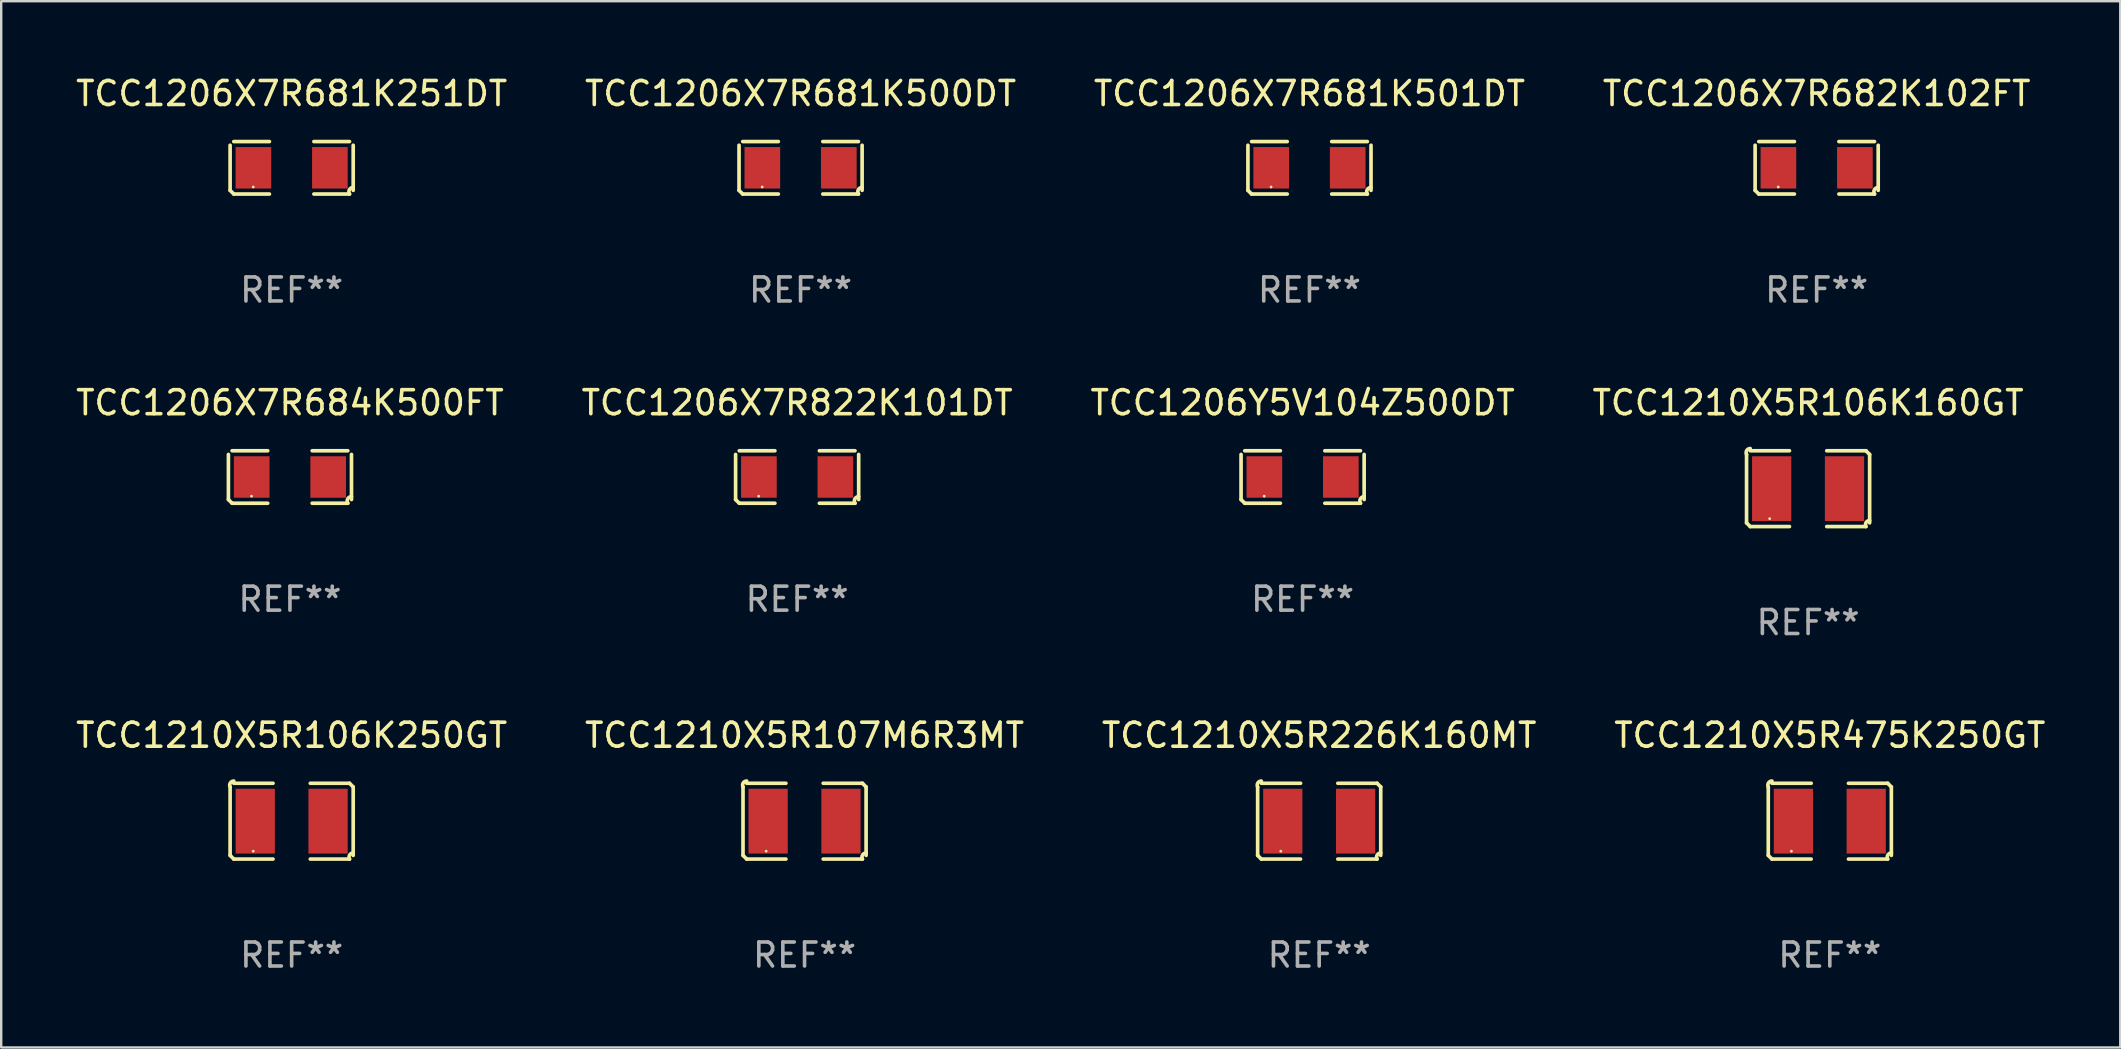
<source format=kicad_pcb>
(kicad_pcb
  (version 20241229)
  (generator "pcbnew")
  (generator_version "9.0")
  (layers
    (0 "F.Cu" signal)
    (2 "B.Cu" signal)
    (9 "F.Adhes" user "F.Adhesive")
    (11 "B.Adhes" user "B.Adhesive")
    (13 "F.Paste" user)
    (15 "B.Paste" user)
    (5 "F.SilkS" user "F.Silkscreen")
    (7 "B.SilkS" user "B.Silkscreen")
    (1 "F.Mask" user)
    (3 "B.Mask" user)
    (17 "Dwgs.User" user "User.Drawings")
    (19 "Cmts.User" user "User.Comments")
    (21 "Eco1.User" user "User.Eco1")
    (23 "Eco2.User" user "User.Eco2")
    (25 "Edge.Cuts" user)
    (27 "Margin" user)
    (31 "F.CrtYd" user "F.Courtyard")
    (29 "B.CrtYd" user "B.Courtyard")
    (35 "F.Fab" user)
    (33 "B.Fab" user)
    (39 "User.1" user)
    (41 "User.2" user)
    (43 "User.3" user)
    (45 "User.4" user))
  (footprint "TCC1206X7R822K101DT"
    (layer "F.Cu")
    (at 30.161 16.823)
    (property "Reference" "TCC1206X7R822K101DT" (at 0 -3.093 0) (layer "F.SilkS") (effects (font (size 1 1) (thickness 0.15))))
    (attr through_hole)
    (fp_line (start -2.564 0.94) (end -2.564 -0.94) (stroke (width 0.152) (type solid)) (layer "F.SilkS"))
    (fp_line (start -2.411 -1.093) (end -0.926 -1.093) (stroke (width 0.152) (type solid)) (layer "F.SilkS"))
    (fp_line (start -0.926 1.093) (end -2.411 1.093) (stroke (width 0.152) (type solid)) (layer "F.SilkS"))
    (fp_line (start 0.926 1.093) (end 2.411 1.093) (stroke (width 0.152) (type solid)) (layer "F.SilkS"))
    (fp_line (start 2.411 -1.093) (end 0.926 -1.093) (stroke (width 0.152) (type solid)) (layer "F.SilkS"))
    (fp_line (start 2.564 0.94) (end 2.564 -0.94) (stroke (width 0.152) (type solid)) (layer "F.SilkS"))
    (fp_arc (start -2.411201 1.092609) (mid -2.487413 1.01642) (end -2.563602 0.940208) (stroke (width 0.1524) (type solid)) (layer "F.SilkS"))
    (fp_arc (start 2.411201 1.092609) (mid 2.407159 0.911226) (end 2.563602 0.819347) (stroke (width 0.1524) (type solid)) (layer "F.SilkS"))
    (fp_circle (center -1.6 0.8) (end -1.57 0.8) (stroke (width 0.06) (type solid)) (fill no) (layer "F.SilkS"))
    (fp_text user "REF**" (at 0 5.093 0) (layer "F.Fab") (effects (font (size 1 1) (thickness 0.15))))
    (pad "1" smd rect (at -1.593 0) (size 1.485 1.728) (layers "F.Cu" "F.Mask" "F.Paste"))
    (pad "2" smd rect (at 1.593 0) (size 1.485 1.728) (layers "F.Cu" "F.Mask" "F.Paste")))
  (footprint "TCC1206X7R681K500DT"
    (layer "F.Cu")
    (at 30.304 3.941)
    (property "Reference" "TCC1206X7R681K500DT" (at 0 -3.093 0) (layer "F.SilkS") (effects (font (size 1 1) (thickness 0.15))))
    (attr through_hole)
    (fp_line (start -2.564 0.94) (end -2.564 -0.94) (stroke (width 0.152) (type solid)) (layer "F.SilkS"))
    (fp_line (start -2.411 -1.093) (end -0.926 -1.093) (stroke (width 0.152) (type solid)) (layer "F.SilkS"))
    (fp_line (start -0.926 1.093) (end -2.411 1.093) (stroke (width 0.152) (type solid)) (layer "F.SilkS"))
    (fp_line (start 0.926 1.093) (end 2.411 1.093) (stroke (width 0.152) (type solid)) (layer "F.SilkS"))
    (fp_line (start 2.411 -1.093) (end 0.926 -1.093) (stroke (width 0.152) (type solid)) (layer "F.SilkS"))
    (fp_line (start 2.564 0.94) (end 2.564 -0.94) (stroke (width 0.152) (type solid)) (layer "F.SilkS"))
    (fp_arc (start -2.411201 1.092609) (mid -2.487413 1.01642) (end -2.563602 0.940208) (stroke (width 0.1524) (type solid)) (layer "F.SilkS"))
    (fp_arc (start 2.411201 1.092609) (mid 2.407159 0.911226) (end 2.563602 0.819347) (stroke (width 0.1524) (type solid)) (layer "F.SilkS"))
    (fp_circle (center -1.6 0.8) (end -1.57 0.8) (stroke (width 0.06) (type solid)) (fill no) (layer "F.SilkS"))
    (fp_text user "REF**" (at 0 5.093 0) (layer "F.Fab") (effects (font (size 1 1) (thickness 0.15))))
    (pad "1" smd rect (at -1.593 0) (size 1.485 1.728) (layers "F.Cu" "F.Mask" "F.Paste"))
    (pad "2" smd rect (at 1.593 0) (size 1.485 1.728) (layers "F.Cu" "F.Mask" "F.Paste")))
  (footprint "TCC1210X5R226K160MT"
    (layer "F.Cu")
    (at 51.911 31.162)
    (property "Reference" "TCC1210X5R226K160MT" (at 0 -3.579 0) (layer "F.SilkS") (effects (font (size 1 1) (thickness 0.15))))
    (attr through_hole)
    (fp_line (start -2.564 1.426) (end -2.564 -1.426) (stroke (width 0.152) (type solid)) (layer "F.SilkS"))
    (fp_line (start -2.411 -1.579) (end -0.776 -1.579) (stroke (width 0.152) (type solid)) (layer "F.SilkS"))
    (fp_line (start -0.776 1.579) (end -2.411 1.579) (stroke (width 0.152) (type solid)) (layer "F.SilkS"))
    (fp_line (start 0.776 1.579) (end 2.411 1.579) (stroke (width 0.152) (type solid)) (layer "F.SilkS"))
    (fp_line (start 2.411 -1.579) (end 0.776 -1.579) (stroke (width 0.152) (type solid)) (layer "F.SilkS"))
    (fp_line (start 2.564 1.426) (end 2.564 -1.426) (stroke (width 0.152) (type solid)) (layer "F.SilkS"))
    (fp_arc (start -2.563602 -1.426213) (mid -2.555597 -1.591233) (end -2.411201 -1.671518) (stroke (width 0.1524) (type solid)) (layer "F.SilkS"))
    (fp_arc (start -2.5636 1.426214) (mid -2.487389 1.502402) (end -2.411201 1.578613) (stroke (width 0.1524) (type solid)) (layer "F.SilkS"))
    (fp_arc (start 2.411197 -1.578618) (mid 2.487403 -1.502419) (end 2.563602 -1.426213) (stroke (width 0.1524) (type solid)) (layer "F.SilkS"))
    (fp_arc (start 2.411201 1.578613) (mid 2.416214 1.409455) (end 2.563602 1.32629) (stroke (width 0.1524) (type solid)) (layer "F.SilkS"))
    (fp_circle (center -1.6 1.25) (end -1.57 1.25) (stroke (width 0.06) (type solid)) (fill no) (layer "F.SilkS"))
    (fp_text user "REF**" (at 0 5.579 0) (layer "F.Fab") (effects (font (size 1 1) (thickness 0.15))))
    (pad "1" smd rect (at -1.517 0) (size 1.635 2.7) (layers "F.Cu" "F.Mask" "F.Paste"))
    (pad "2" smd rect (at 1.517 0) (size 1.635 2.7) (layers "F.Cu" "F.Mask" "F.Paste")))
  (footprint "TCC1210X5R106K160GT"
    (layer "F.Cu")
    (at 72.28 17.309)
    (property "Reference" "TCC1210X5R106K160GT" (at 0 -3.579 0) (layer "F.SilkS") (effects (font (size 1 1) (thickness 0.15))))
    (attr through_hole)
    (fp_line (start -2.564 1.426) (end -2.564 -1.426) (stroke (width 0.152) (type solid)) (layer "F.SilkS"))
    (fp_line (start -2.411 -1.579) (end -0.776 -1.579) (stroke (width 0.152) (type solid)) (layer "F.SilkS"))
    (fp_line (start -0.776 1.579) (end -2.411 1.579) (stroke (width 0.152) (type solid)) (layer "F.SilkS"))
    (fp_line (start 0.776 1.579) (end 2.411 1.579) (stroke (width 0.152) (type solid)) (layer "F.SilkS"))
    (fp_line (start 2.411 -1.579) (end 0.776 -1.579) (stroke (width 0.152) (type solid)) (layer "F.SilkS"))
    (fp_line (start 2.564 1.426) (end 2.564 -1.426) (stroke (width 0.152) (type solid)) (layer "F.SilkS"))
    (fp_arc (start -2.563602 -1.426213) (mid -2.555597 -1.591233) (end -2.411201 -1.671518) (stroke (width 0.1524) (type solid)) (layer "F.SilkS"))
    (fp_arc (start -2.5636 1.426214) (mid -2.487389 1.502402) (end -2.411201 1.578613) (stroke (width 0.1524) (type solid)) (layer "F.SilkS"))
    (fp_arc (start 2.411197 -1.578618) (mid 2.487403 -1.502419) (end 2.563602 -1.426213) (stroke (width 0.1524) (type solid)) (layer "F.SilkS"))
    (fp_arc (start 2.411201 1.578613) (mid 2.416214 1.409455) (end 2.563602 1.32629) (stroke (width 0.1524) (type solid)) (layer "F.SilkS"))
    (fp_circle (center -1.6 1.25) (end -1.57 1.25) (stroke (width 0.06) (type solid)) (fill no) (layer "F.SilkS"))
    (fp_text user "REF**" (at 0 5.579 0) (layer "F.Fab") (effects (font (size 1 1) (thickness 0.15))))
    (pad "1" smd rect (at -1.517 0) (size 1.635 2.7) (layers "F.Cu" "F.Mask" "F.Paste"))
    (pad "2" smd rect (at 1.517 0) (size 1.635 2.7) (layers "F.Cu" "F.Mask" "F.Paste")))
  (footprint "TCC1206X7R681K501DT"
    (layer "F.Cu")
    (at 51.506 3.941)
    (property "Reference" "TCC1206X7R681K501DT" (at 0 -3.093 0) (layer "F.SilkS") (effects (font (size 1 1) (thickness 0.15))))
    (attr through_hole)
    (fp_line (start -2.564 0.94) (end -2.564 -0.94) (stroke (width 0.152) (type solid)) (layer "F.SilkS"))
    (fp_line (start -2.411 -1.093) (end -0.926 -1.093) (stroke (width 0.152) (type solid)) (layer "F.SilkS"))
    (fp_line (start -0.926 1.093) (end -2.411 1.093) (stroke (width 0.152) (type solid)) (layer "F.SilkS"))
    (fp_line (start 0.926 1.093) (end 2.411 1.093) (stroke (width 0.152) (type solid)) (layer "F.SilkS"))
    (fp_line (start 2.411 -1.093) (end 0.926 -1.093) (stroke (width 0.152) (type solid)) (layer "F.SilkS"))
    (fp_line (start 2.564 0.94) (end 2.564 -0.94) (stroke (width 0.152) (type solid)) (layer "F.SilkS"))
    (fp_arc (start -2.411201 1.092609) (mid -2.487413 1.01642) (end -2.563602 0.940208) (stroke (width 0.1524) (type solid)) (layer "F.SilkS"))
    (fp_arc (start 2.411201 1.092609) (mid 2.407159 0.911226) (end 2.563602 0.819347) (stroke (width 0.1524) (type solid)) (layer "F.SilkS"))
    (fp_circle (center -1.6 0.8) (end -1.57 0.8) (stroke (width 0.06) (type solid)) (fill no) (layer "F.SilkS"))
    (fp_text user "REF**" (at 0 5.093 0) (layer "F.Fab") (effects (font (size 1 1) (thickness 0.15))))
    (pad "1" smd rect (at -1.593 0) (size 1.485 1.728) (layers "F.Cu" "F.Mask" "F.Paste"))
    (pad "2" smd rect (at 1.593 0) (size 1.485 1.728) (layers "F.Cu" "F.Mask" "F.Paste")))
  (footprint "TCC1210X5R107M6R3MT"
    (layer "F.Cu")
    (at 30.47 31.162)
    (property "Reference" "TCC1210X5R107M6R3MT" (at 0 -3.579 0) (layer "F.SilkS") (effects (font (size 1 1) (thickness 0.15))))
    (attr through_hole)
    (fp_line (start -2.564 1.426) (end -2.564 -1.426) (stroke (width 0.152) (type solid)) (layer "F.SilkS"))
    (fp_line (start -2.411 -1.579) (end -0.776 -1.579) (stroke (width 0.152) (type solid)) (layer "F.SilkS"))
    (fp_line (start -0.776 1.579) (end -2.411 1.579) (stroke (width 0.152) (type solid)) (layer "F.SilkS"))
    (fp_line (start 0.776 1.579) (end 2.411 1.579) (stroke (width 0.152) (type solid)) (layer "F.SilkS"))
    (fp_line (start 2.411 -1.579) (end 0.776 -1.579) (stroke (width 0.152) (type solid)) (layer "F.SilkS"))
    (fp_line (start 2.564 1.426) (end 2.564 -1.426) (stroke (width 0.152) (type solid)) (layer "F.SilkS"))
    (fp_arc (start -2.563602 -1.426213) (mid -2.555597 -1.591233) (end -2.411201 -1.671518) (stroke (width 0.1524) (type solid)) (layer "F.SilkS"))
    (fp_arc (start -2.5636 1.426214) (mid -2.487389 1.502402) (end -2.411201 1.578613) (stroke (width 0.1524) (type solid)) (layer "F.SilkS"))
    (fp_arc (start 2.411197 -1.578618) (mid 2.487403 -1.502419) (end 2.563602 -1.426213) (stroke (width 0.1524) (type solid)) (layer "F.SilkS"))
    (fp_arc (start 2.411201 1.578613) (mid 2.416214 1.409455) (end 2.563602 1.32629) (stroke (width 0.1524) (type solid)) (layer "F.SilkS"))
    (fp_circle (center -1.6 1.25) (end -1.57 1.25) (stroke (width 0.06) (type solid)) (fill no) (layer "F.SilkS"))
    (fp_text user "REF**" (at 0 5.579 0) (layer "F.Fab") (effects (font (size 1 1) (thickness 0.15))))
    (pad "1" smd rect (at -1.517 0) (size 1.635 2.7) (layers "F.Cu" "F.Mask" "F.Paste"))
    (pad "2" smd rect (at 1.517 0) (size 1.635 2.7) (layers "F.Cu" "F.Mask" "F.Paste")))
  (footprint "TCC1206X7R682K102FT"
    (layer "F.Cu")
    (at 72.637 3.941)
    (property "Reference" "TCC1206X7R682K102FT" (at 0 -3.093 0) (layer "F.SilkS") (effects (font (size 1 1) (thickness 0.15))))
    (attr through_hole)
    (fp_line (start -2.564 0.94) (end -2.564 -0.94) (stroke (width 0.152) (type solid)) (layer "F.SilkS"))
    (fp_line (start -2.411 -1.093) (end -0.926 -1.093) (stroke (width 0.152) (type solid)) (layer "F.SilkS"))
    (fp_line (start -0.926 1.093) (end -2.411 1.093) (stroke (width 0.152) (type solid)) (layer "F.SilkS"))
    (fp_line (start 0.926 1.093) (end 2.411 1.093) (stroke (width 0.152) (type solid)) (layer "F.SilkS"))
    (fp_line (start 2.411 -1.093) (end 0.926 -1.093) (stroke (width 0.152) (type solid)) (layer "F.SilkS"))
    (fp_line (start 2.564 0.94) (end 2.564 -0.94) (stroke (width 0.152) (type solid)) (layer "F.SilkS"))
    (fp_arc (start -2.411201 1.092609) (mid -2.487413 1.01642) (end -2.563602 0.940208) (stroke (width 0.1524) (type solid)) (layer "F.SilkS"))
    (fp_arc (start 2.411201 1.092609) (mid 2.407159 0.911226) (end 2.563602 0.819347) (stroke (width 0.1524) (type solid)) (layer "F.SilkS"))
    (fp_circle (center -1.6 0.8) (end -1.57 0.8) (stroke (width 0.06) (type solid)) (fill no) (layer "F.SilkS"))
    (fp_text user "REF**" (at 0 5.093 0) (layer "F.Fab") (effects (font (size 1 1) (thickness 0.15))))
    (pad "1" smd rect (at -1.593 0) (size 1.485 1.728) (layers "F.Cu" "F.Mask" "F.Paste"))
    (pad "2" smd rect (at 1.593 0) (size 1.485 1.728) (layers "F.Cu" "F.Mask" "F.Paste")))
  (footprint "TCC1210X5R475K250GT"
    (layer "F.Cu")
    (at 73.185 31.162)
    (property "Reference" "TCC1210X5R475K250GT" (at 0 -3.579 0) (layer "F.SilkS") (effects (font (size 1 1) (thickness 0.15))))
    (attr through_hole)
    (fp_line (start -2.564 1.426) (end -2.564 -1.426) (stroke (width 0.152) (type solid)) (layer "F.SilkS"))
    (fp_line (start -2.411 -1.579) (end -0.776 -1.579) (stroke (width 0.152) (type solid)) (layer "F.SilkS"))
    (fp_line (start -0.776 1.579) (end -2.411 1.579) (stroke (width 0.152) (type solid)) (layer "F.SilkS"))
    (fp_line (start 0.776 1.579) (end 2.411 1.579) (stroke (width 0.152) (type solid)) (layer "F.SilkS"))
    (fp_line (start 2.411 -1.579) (end 0.776 -1.579) (stroke (width 0.152) (type solid)) (layer "F.SilkS"))
    (fp_line (start 2.564 1.426) (end 2.564 -1.426) (stroke (width 0.152) (type solid)) (layer "F.SilkS"))
    (fp_arc (start -2.563602 -1.426213) (mid -2.555597 -1.591233) (end -2.411201 -1.671518) (stroke (width 0.1524) (type solid)) (layer "F.SilkS"))
    (fp_arc (start -2.5636 1.426214) (mid -2.487389 1.502402) (end -2.411201 1.578613) (stroke (width 0.1524) (type solid)) (layer "F.SilkS"))
    (fp_arc (start 2.411197 -1.578618) (mid 2.487403 -1.502419) (end 2.563602 -1.426213) (stroke (width 0.1524) (type solid)) (layer "F.SilkS"))
    (fp_arc (start 2.411201 1.578613) (mid 2.416214 1.409455) (end 2.563602 1.32629) (stroke (width 0.1524) (type solid)) (layer "F.SilkS"))
    (fp_circle (center -1.6 1.25) (end -1.57 1.25) (stroke (width 0.06) (type solid)) (fill no) (layer "F.SilkS"))
    (fp_text user "REF**" (at 0 5.579 0) (layer "F.Fab") (effects (font (size 1 1) (thickness 0.15))))
    (pad "1" smd rect (at -1.517 0) (size 1.635 2.7) (layers "F.Cu" "F.Mask" "F.Paste"))
    (pad "2" smd rect (at 1.517 0) (size 1.635 2.7) (layers "F.Cu" "F.Mask" "F.Paste")))
  (footprint "TCC1206Y5V104Z500DT"
    (layer "F.Cu")
    (at 51.22 16.823)
    (property "Reference" "TCC1206Y5V104Z500DT" (at 0 -3.093 0) (layer "F.SilkS") (effects (font (size 1 1) (thickness 0.15))))
    (attr through_hole)
    (fp_line (start -2.564 0.94) (end -2.564 -0.94) (stroke (width 0.152) (type solid)) (layer "F.SilkS"))
    (fp_line (start -2.411 -1.093) (end -0.926 -1.093) (stroke (width 0.152) (type solid)) (layer "F.SilkS"))
    (fp_line (start -0.926 1.093) (end -2.411 1.093) (stroke (width 0.152) (type solid)) (layer "F.SilkS"))
    (fp_line (start 0.926 1.093) (end 2.411 1.093) (stroke (width 0.152) (type solid)) (layer "F.SilkS"))
    (fp_line (start 2.411 -1.093) (end 0.926 -1.093) (stroke (width 0.152) (type solid)) (layer "F.SilkS"))
    (fp_line (start 2.564 0.94) (end 2.564 -0.94) (stroke (width 0.152) (type solid)) (layer "F.SilkS"))
    (fp_arc (start -2.411201 1.092609) (mid -2.487413 1.01642) (end -2.563602 0.940208) (stroke (width 0.1524) (type solid)) (layer "F.SilkS"))
    (fp_arc (start 2.411201 1.092609) (mid 2.407159 0.911226) (end 2.563602 0.819347) (stroke (width 0.1524) (type solid)) (layer "F.SilkS"))
    (fp_circle (center -1.6 0.8) (end -1.57 0.8) (stroke (width 0.06) (type solid)) (fill no) (layer "F.SilkS"))
    (fp_text user "REF**" (at 0 5.093 0) (layer "F.Fab") (effects (font (size 1 1) (thickness 0.15))))
    (pad "1" smd rect (at -1.593 0) (size 1.485 1.728) (layers "F.Cu" "F.Mask" "F.Paste"))
    (pad "2" smd rect (at 1.593 0) (size 1.485 1.728) (layers "F.Cu" "F.Mask" "F.Paste")))
  (footprint "TCC1210X5R106K250GT"
    (layer "F.Cu")
    (at 9.101 31.162)
    (property "Reference" "TCC1210X5R106K250GT" (at 0 -3.579 0) (layer "F.SilkS") (effects (font (size 1 1) (thickness 0.15))))
    (attr through_hole)
    (fp_line (start -2.564 1.426) (end -2.564 -1.426) (stroke (width 0.152) (type solid)) (layer "F.SilkS"))
    (fp_line (start -2.411 -1.579) (end -0.776 -1.579) (stroke (width 0.152) (type solid)) (layer "F.SilkS"))
    (fp_line (start -0.776 1.579) (end -2.411 1.579) (stroke (width 0.152) (type solid)) (layer "F.SilkS"))
    (fp_line (start 0.776 1.579) (end 2.411 1.579) (stroke (width 0.152) (type solid)) (layer "F.SilkS"))
    (fp_line (start 2.411 -1.579) (end 0.776 -1.579) (stroke (width 0.152) (type solid)) (layer "F.SilkS"))
    (fp_line (start 2.564 1.426) (end 2.564 -1.426) (stroke (width 0.152) (type solid)) (layer "F.SilkS"))
    (fp_arc (start -2.563602 -1.426213) (mid -2.555597 -1.591233) (end -2.411201 -1.671518) (stroke (width 0.1524) (type solid)) (layer "F.SilkS"))
    (fp_arc (start -2.5636 1.426214) (mid -2.487389 1.502402) (end -2.411201 1.578613) (stroke (width 0.1524) (type solid)) (layer "F.SilkS"))
    (fp_arc (start 2.411197 -1.578618) (mid 2.487403 -1.502419) (end 2.563602 -1.426213) (stroke (width 0.1524) (type solid)) (layer "F.SilkS"))
    (fp_arc (start 2.411201 1.578613) (mid 2.416214 1.409455) (end 2.563602 1.32629) (stroke (width 0.1524) (type solid)) (layer "F.SilkS"))
    (fp_circle (center -1.6 1.25) (end -1.57 1.25) (stroke (width 0.06) (type solid)) (fill no) (layer "F.SilkS"))
    (fp_text user "REF**" (at 0 5.579 0) (layer "F.Fab") (effects (font (size 1 1) (thickness 0.15))))
    (pad "1" smd rect (at -1.517 0) (size 1.635 2.7) (layers "F.Cu" "F.Mask" "F.Paste"))
    (pad "2" smd rect (at 1.517 0) (size 1.635 2.7) (layers "F.Cu" "F.Mask" "F.Paste")))
  (footprint "TCC1206X7R684K500FT"
    (layer "F.Cu")
    (at 9.03 16.823)
    (property "Reference" "TCC1206X7R684K500FT" (at 0 -3.093 0) (layer "F.SilkS") (effects (font (size 1 1) (thickness 0.15))))
    (attr through_hole)
    (fp_line (start -2.564 0.94) (end -2.564 -0.94) (stroke (width 0.152) (type solid)) (layer "F.SilkS"))
    (fp_line (start -2.411 -1.093) (end -0.926 -1.093) (stroke (width 0.152) (type solid)) (layer "F.SilkS"))
    (fp_line (start -0.926 1.093) (end -2.411 1.093) (stroke (width 0.152) (type solid)) (layer "F.SilkS"))
    (fp_line (start 0.926 1.093) (end 2.411 1.093) (stroke (width 0.152) (type solid)) (layer "F.SilkS"))
    (fp_line (start 2.411 -1.093) (end 0.926 -1.093) (stroke (width 0.152) (type solid)) (layer "F.SilkS"))
    (fp_line (start 2.564 0.94) (end 2.564 -0.94) (stroke (width 0.152) (type solid)) (layer "F.SilkS"))
    (fp_arc (start -2.411201 1.092609) (mid -2.487413 1.01642) (end -2.563602 0.940208) (stroke (width 0.1524) (type solid)) (layer "F.SilkS"))
    (fp_arc (start 2.411201 1.092609) (mid 2.407159 0.911226) (end 2.563602 0.819347) (stroke (width 0.1524) (type solid)) (layer "F.SilkS"))
    (fp_circle (center -1.6 0.8) (end -1.57 0.8) (stroke (width 0.06) (type solid)) (fill no) (layer "F.SilkS"))
    (fp_text user "REF**" (at 0 5.093 0) (layer "F.Fab") (effects (font (size 1 1) (thickness 0.15))))
    (pad "1" smd rect (at -1.593 0) (size 1.485 1.728) (layers "F.Cu" "F.Mask" "F.Paste"))
    (pad "2" smd rect (at 1.593 0) (size 1.485 1.728) (layers "F.Cu" "F.Mask" "F.Paste")))
  (footprint "TCC1206X7R681K251DT"
    (layer "F.Cu")
    (at 9.101 3.941)
    (property "Reference" "TCC1206X7R681K251DT" (at 0 -3.093 0) (layer "F.SilkS") (effects (font (size 1 1) (thickness 0.15))))
    (attr through_hole)
    (fp_line (start -2.564 0.94) (end -2.564 -0.94) (stroke (width 0.152) (type solid)) (layer "F.SilkS"))
    (fp_line (start -2.411 -1.093) (end -0.926 -1.093) (stroke (width 0.152) (type solid)) (layer "F.SilkS"))
    (fp_line (start -0.926 1.093) (end -2.411 1.093) (stroke (width 0.152) (type solid)) (layer "F.SilkS"))
    (fp_line (start 0.926 1.093) (end 2.411 1.093) (stroke (width 0.152) (type solid)) (layer "F.SilkS"))
    (fp_line (start 2.411 -1.093) (end 0.926 -1.093) (stroke (width 0.152) (type solid)) (layer "F.SilkS"))
    (fp_line (start 2.564 0.94) (end 2.564 -0.94) (stroke (width 0.152) (type solid)) (layer "F.SilkS"))
    (fp_arc (start -2.411201 1.092609) (mid -2.487413 1.01642) (end -2.563602 0.940208) (stroke (width 0.1524) (type solid)) (layer "F.SilkS"))
    (fp_arc (start 2.411201 1.092609) (mid 2.407159 0.911226) (end 2.563602 0.819347) (stroke (width 0.1524) (type solid)) (layer "F.SilkS"))
    (fp_circle (center -1.6 0.8) (end -1.57 0.8) (stroke (width 0.06) (type solid)) (fill no) (layer "F.SilkS"))
    (fp_text user "REF**" (at 0 5.093 0) (layer "F.Fab") (effects (font (size 1 1) (thickness 0.15))))
    (pad "1" smd rect (at -1.593 0) (size 1.485 1.728) (layers "F.Cu" "F.Mask" "F.Paste"))
    (pad "2" smd rect (at 1.593 0) (size 1.485 1.728) (layers "F.Cu" "F.Mask" "F.Paste")))
  (gr_rect
    (start -3 -3)
    (end 85.286 40.589)
    (stroke (width 0.1) (type default))
    (fill no)
    (layer "Edge.Cuts")))
</source>
